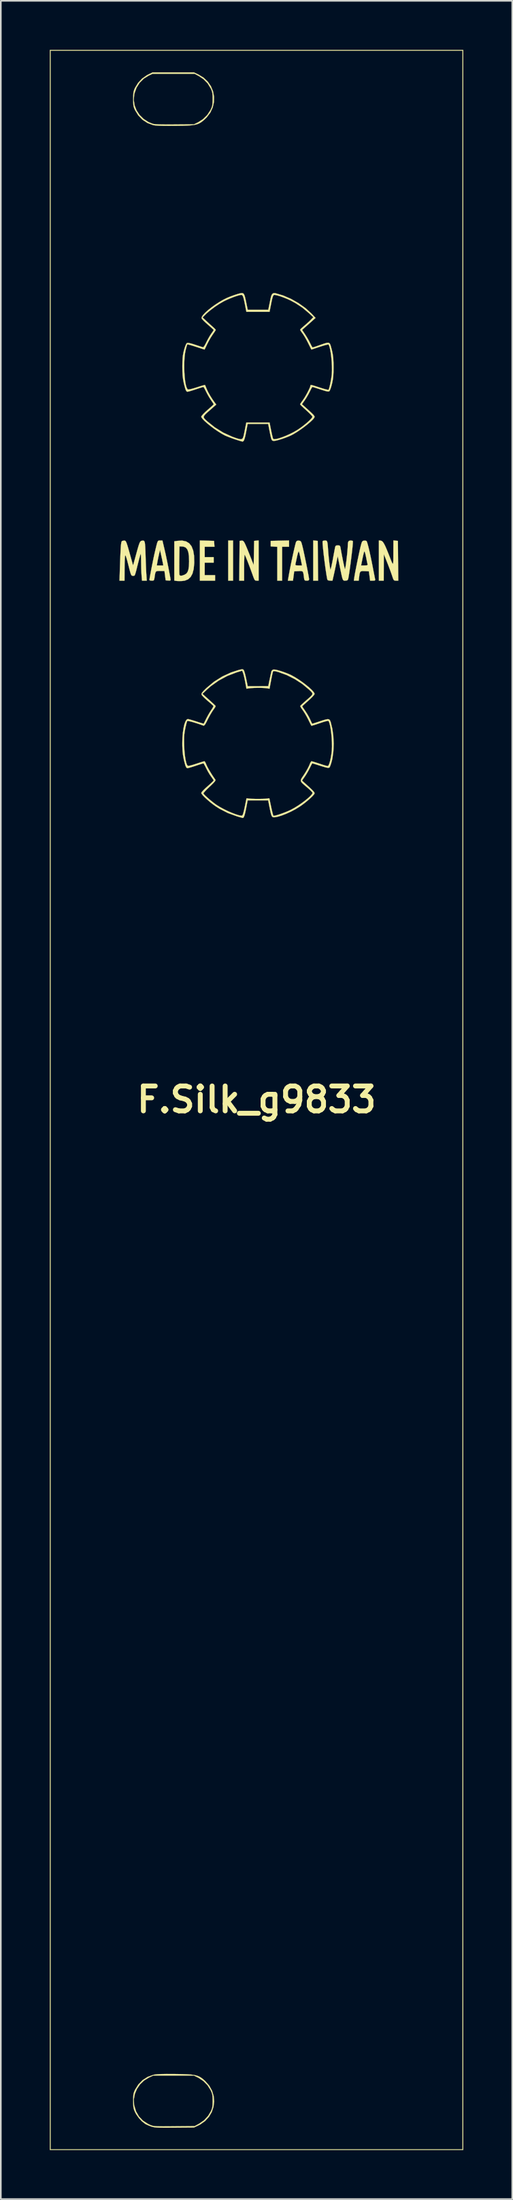
<source format=kicad_pcb>
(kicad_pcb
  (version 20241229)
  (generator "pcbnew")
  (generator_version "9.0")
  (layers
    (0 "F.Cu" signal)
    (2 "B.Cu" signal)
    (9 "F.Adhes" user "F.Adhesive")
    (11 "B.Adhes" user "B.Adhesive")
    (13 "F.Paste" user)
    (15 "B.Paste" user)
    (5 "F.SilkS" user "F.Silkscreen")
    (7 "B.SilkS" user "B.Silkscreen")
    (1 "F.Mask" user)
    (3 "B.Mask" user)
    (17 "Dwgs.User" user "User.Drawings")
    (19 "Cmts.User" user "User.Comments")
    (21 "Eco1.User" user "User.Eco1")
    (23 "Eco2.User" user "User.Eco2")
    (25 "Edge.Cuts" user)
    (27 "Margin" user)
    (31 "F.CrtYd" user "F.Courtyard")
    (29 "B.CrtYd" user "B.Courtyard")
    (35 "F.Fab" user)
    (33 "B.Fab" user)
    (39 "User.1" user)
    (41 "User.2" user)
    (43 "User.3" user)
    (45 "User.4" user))
  (footprint "F.Silk_g9833"
    (layer "F.Cu")
    (at 12.663 64.225)
    (property "Reference" "F.Silk_g9833" (at 0 0 0) (layer "F.SilkS") (effects (font (size 1.524 1.524) (thickness 0.3))))
    (attr through_hole)
    (fp_poly (pts (xy -1.439 -31.75) (xy -1.736 -31.75) (xy -1.736 -34.205) (xy -1.439 -34.205) (xy -1.439 -31.75)) (stroke (width 0.01) (type solid)) (fill yes) (layer "F.SilkS"))
    (fp_poly (pts (xy 3.747 -34.184) (xy 3.758 -32.967) (xy 3.769 -31.75) (xy 3.471 -31.75) (xy 3.471 -34.211) (xy 3.747 -34.184)) (stroke (width 0.01) (type solid)) (fill yes) (layer "F.SilkS"))
    (fp_poly (pts (xy 1.99 -33.824) (xy 1.566 -33.824) (xy 1.566 -31.75) (xy 1.27 -31.75) (xy 1.27 -33.82) (xy 0.868 -33.846) (xy 0.868 -34.184) (xy 1.429 -34.196) (xy 1.99 -34.208) (xy 1.99 -33.824)) (stroke (width 0.01) (type solid)) (fill yes) (layer "F.SilkS"))
    (fp_poly (pts (xy 12.658 64.262) (xy -12.658 64.262) (xy -12.658 -64.177) (xy -12.615 -64.177) (xy -12.615 64.22) (xy 12.615 64.22) (xy 12.615 -64.177) (xy -12.615 -64.177) (xy -12.658 -64.177) (xy -12.658 -64.22) (xy 12.658 -64.22) (xy 12.658 64.262)) (stroke (width 0.01) (type solid)) (fill yes) (layer "F.SilkS"))
    (fp_poly (pts (xy -3.037 -34.196) (xy -2.603 -34.184) (xy -2.59 -34.004) (xy -2.577 -33.824) (xy -3.175 -33.824) (xy -3.175 -33.189) (xy -2.625 -33.189) (xy -2.625 -32.851) (xy -3.175 -32.851) (xy -3.175 -32.089) (xy -2.54 -32.089) (xy -2.54 -31.75) (xy -3.471 -31.75) (xy -3.471 -34.208) (xy -3.037 -34.196)) (stroke (width 0.01) (type solid)) (fill yes) (layer "F.SilkS"))
    (fp_poly (pts (xy 0.127 -31.75) (xy 0.005 -31.75) (xy -0.057 -31.756) (xy -0.103 -31.784) (xy -0.144 -31.851) (xy -0.193 -31.972) (xy -0.231 -32.078) (xy -0.319 -32.322) (xy -0.41 -32.568) (xy -0.499 -32.802) (xy -0.581 -33.009) (xy -0.65 -33.177) (xy -0.7 -33.291) (xy -0.725 -33.335) (xy -0.737 -33.309) (xy -0.747 -33.208) (xy -0.755 -33.043) (xy -0.76 -32.825) (xy -0.762 -32.565) (xy -0.762 -31.75) (xy -1.06 -31.75) (xy -1.037 -34.184) (xy -0.923 -34.197) (xy -0.875 -34.199) (xy -0.832 -34.186) (xy -0.79 -34.149) (xy -0.743 -34.078) (xy -0.686 -33.964) (xy -0.614 -33.798) (xy -0.52 -33.57) (xy -0.418 -33.316) (xy -0.173 -32.703) (xy -0.148 -34.184) (xy 0.127 -34.211) (xy 0.127 -31.75)) (stroke (width 0.01) (type solid)) (fill yes) (layer "F.SilkS"))
    (fp_poly (pts (xy 7.609 -34.198) (xy 7.671 -34.177) (xy 7.733 -34.123) (xy 7.799 -34.027) (xy 7.876 -33.88) (xy 7.967 -33.673) (xy 8.079 -33.397) (xy 8.111 -33.316) (xy 8.206 -33.072) (xy 8.275 -32.9) (xy 8.323 -32.801) (xy 8.352 -32.778) (xy 8.369 -32.833) (xy 8.376 -32.967) (xy 8.378 -33.182) (xy 8.379 -33.435) (xy 8.382 -34.211) (xy 8.52 -34.197) (xy 8.657 -34.184) (xy 8.668 -32.967) (xy 8.68 -31.75) (xy 8.539 -31.75) (xy 8.465 -31.754) (xy 8.415 -31.778) (xy 8.376 -31.84) (xy 8.333 -31.956) (xy 8.305 -32.041) (xy 8.252 -32.196) (xy 8.177 -32.403) (xy 8.09 -32.633) (xy 8.003 -32.856) (xy 7.794 -33.38) (xy 7.792 -32.565) (xy 7.789 -31.75) (xy 7.493 -31.75) (xy 7.493 -34.211) (xy 7.609 -34.198)) (stroke (width 0.01) (type solid)) (fill yes) (layer "F.SilkS"))
    (fp_poly (pts (xy -4.317 -34.151) (xy -4.125 -34.035) (xy -3.98 -33.851) (xy -3.881 -33.597) (xy -3.826 -33.274) (xy -3.816 -32.879) (xy -3.818 -32.807) (xy -3.852 -32.458) (xy -3.924 -32.181) (xy -4.037 -31.974) (xy -4.193 -31.832) (xy -4.395 -31.751) (xy -4.56 -31.729) (xy -4.718 -31.725) (xy -4.858 -31.729) (xy -4.921 -31.736) (xy -5.038 -31.756) (xy -5.038 -32.504) (xy -4.734 -32.504) (xy -4.733 -32.311) (xy -4.729 -32.173) (xy -4.723 -32.104) (xy -4.722 -32.1) (xy -4.67 -32.053) (xy -4.564 -32.059) (xy -4.421 -32.108) (xy -4.308 -32.176) (xy -4.227 -32.28) (xy -4.173 -32.43) (xy -4.143 -32.639) (xy -4.132 -32.919) (xy -4.132 -32.935) (xy -4.142 -33.25) (xy -4.177 -33.49) (xy -4.24 -33.661) (xy -4.334 -33.772) (xy -4.464 -33.829) (xy -4.56 -33.841) (xy -4.72 -33.846) (xy -4.732 -33) (xy -4.734 -32.739) (xy -4.734 -32.504) (xy -5.038 -32.504) (xy -5.038 -34.158) (xy -4.844 -34.187) (xy -4.556 -34.202) (xy -4.317 -34.151)) (stroke (width 0.01) (type solid)) (fill yes) (layer "F.SilkS"))
    (fp_poly (pts (xy -5.907 -34.205) (xy -5.764 -34.205) (xy -5.637 -33.666) (xy -5.562 -33.337) (xy -5.481 -32.951) (xy -5.397 -32.533) (xy -5.316 -32.109) (xy -5.272 -31.864) (xy -5.264 -31.787) (xy -5.291 -31.756) (xy -5.377 -31.756) (xy -5.409 -31.758) (xy -5.567 -31.771) (xy -5.604 -32.057) (xy -5.64 -32.343) (xy -5.906 -32.343) (xy -6.038 -32.342) (xy -6.123 -32.329) (xy -6.174 -32.287) (xy -6.206 -32.202) (xy -6.231 -32.058) (xy -6.246 -31.951) (xy -6.267 -31.83) (xy -6.297 -31.771) (xy -6.355 -31.752) (xy -6.418 -31.75) (xy -6.514 -31.76) (xy -6.561 -31.785) (xy -6.562 -31.79) (xy -6.553 -31.859) (xy -6.531 -31.995) (xy -6.497 -32.182) (xy -6.455 -32.404) (xy -6.408 -32.645) (xy -6.401 -32.681) (xy -6.107 -32.681) (xy -5.711 -32.681) (xy -5.737 -32.82) (xy -5.759 -32.928) (xy -5.792 -33.087) (xy -5.831 -33.266) (xy -5.838 -33.296) (xy -5.913 -33.634) (xy -5.981 -33.337) (xy -6.021 -33.157) (xy -6.056 -32.982) (xy -6.078 -32.861) (xy -6.107 -32.681) (xy -6.401 -32.681) (xy -6.359 -32.888) (xy -6.312 -33.119) (xy -6.269 -33.319) (xy -6.241 -33.439) (xy -6.178 -33.708) (xy -6.13 -33.905) (xy -6.093 -34.042) (xy -6.062 -34.13) (xy -6.032 -34.179) (xy -5.998 -34.2) (xy -5.956 -34.206) (xy -5.907 -34.205)) (stroke (width 0.01) (type solid)) (fill yes) (layer "F.SilkS"))
    (fp_poly (pts (xy 6.68 -34.196) (xy 6.737 -34.174) (xy 6.767 -34.111) (xy 6.809 -33.974) (xy 6.862 -33.772) (xy 6.922 -33.514) (xy 6.989 -33.21) (xy 7.06 -32.868) (xy 7.109 -32.618) (xy 7.154 -32.382) (xy 7.196 -32.17) (xy 7.23 -31.997) (xy 7.253 -31.881) (xy 7.261 -31.845) (xy 7.266 -31.783) (xy 7.23 -31.756) (xy 7.132 -31.75) (xy 7.119 -31.75) (xy 6.956 -31.75) (xy 6.918 -32.036) (xy 6.879 -32.322) (xy 6.629 -32.334) (xy 6.481 -32.338) (xy 6.389 -32.318) (xy 6.336 -32.26) (xy 6.305 -32.146) (xy 6.286 -31.996) (xy 6.257 -31.75) (xy 5.959 -31.75) (xy 5.988 -31.951) (xy 6.01 -32.089) (xy 6.047 -32.29) (xy 6.095 -32.537) (xy 6.124 -32.681) (xy 6.404 -32.681) (xy 6.613 -32.681) (xy 6.737 -32.685) (xy 6.794 -32.703) (xy 6.804 -32.74) (xy 6.8 -32.755) (xy 6.782 -32.829) (xy 6.754 -32.962) (xy 6.72 -33.13) (xy 6.706 -33.202) (xy 6.671 -33.362) (xy 6.638 -33.48) (xy 6.611 -33.539) (xy 6.602 -33.541) (xy 6.58 -33.487) (xy 6.548 -33.37) (xy 6.511 -33.208) (xy 6.487 -33.094) (xy 6.404 -32.681) (xy 6.124 -32.681) (xy 6.15 -32.811) (xy 6.208 -33.093) (xy 6.266 -33.365) (xy 6.319 -33.608) (xy 6.364 -33.803) (xy 6.385 -33.888) (xy 6.427 -34.043) (xy 6.463 -34.133) (xy 6.505 -34.178) (xy 6.563 -34.196) (xy 6.58 -34.198) (xy 6.68 -34.196)) (stroke (width 0.01) (type solid)) (fill yes) (layer "F.SilkS"))
    (fp_poly (pts (xy 2.59 -34.197) (xy 2.662 -34.186) (xy 2.709 -34.155) (xy 2.745 -34.087) (xy 2.782 -33.964) (xy 2.802 -33.888) (xy 2.838 -33.74) (xy 2.883 -33.541) (xy 2.934 -33.305) (xy 2.988 -33.047) (xy 3.043 -32.781) (xy 3.095 -32.521) (xy 3.141 -32.284) (xy 3.179 -32.082) (xy 3.205 -31.931) (xy 3.217 -31.845) (xy 3.217 -31.837) (xy 3.201 -31.777) (xy 3.137 -31.753) (xy 3.073 -31.75) (xy 2.989 -31.754) (xy 2.943 -31.781) (xy 2.918 -31.851) (xy 2.901 -31.972) (xy 2.877 -32.15) (xy 2.852 -32.26) (xy 2.81 -32.318) (xy 2.738 -32.338) (xy 2.621 -32.337) (xy 2.568 -32.334) (xy 2.307 -32.322) (xy 2.269 -32.036) (xy 2.23 -31.75) (xy 1.917 -31.75) (xy 1.998 -32.205) (xy 2.038 -32.42) (xy 2.088 -32.67) (xy 2.098 -32.72) (xy 2.377 -32.72) (xy 2.405 -32.692) (xy 2.487 -32.682) (xy 2.572 -32.681) (xy 2.783 -32.681) (xy 2.7 -33.094) (xy 2.661 -33.273) (xy 2.626 -33.419) (xy 2.597 -33.515) (xy 2.586 -33.54) (xy 2.564 -33.517) (xy 2.532 -33.427) (xy 2.496 -33.289) (xy 2.481 -33.222) (xy 2.444 -33.048) (xy 2.411 -32.896) (xy 2.388 -32.793) (xy 2.384 -32.777) (xy 2.377 -32.72) (xy 2.098 -32.72) (xy 2.143 -32.939) (xy 2.202 -33.213) (xy 2.26 -33.477) (xy 2.314 -33.714) (xy 2.361 -33.909) (xy 2.397 -34.049) (xy 2.415 -34.105) (xy 2.46 -34.179) (xy 2.537 -34.2) (xy 2.59 -34.197)) (stroke (width 0.01) (type solid)) (fill yes) (layer "F.SilkS"))
    (fp_poly (pts (xy -8.057 -34.196) (xy -8.023 -34.172) (xy -7.99 -34.122) (xy -7.953 -34.035) (xy -7.909 -33.902) (xy -7.853 -33.714) (xy -7.782 -33.462) (xy -7.702 -33.178) (xy -7.562 -32.679) (xy -7.402 -33.262) (xy -7.321 -33.559) (xy -7.257 -33.784) (xy -7.206 -33.948) (xy -7.164 -34.06) (xy -7.127 -34.131) (xy -7.089 -34.17) (xy -7.048 -34.189) (xy -6.998 -34.197) (xy -6.995 -34.197) (xy -6.942 -34.2) (xy -6.901 -34.19) (xy -6.87 -34.157) (xy -6.847 -34.092) (xy -6.831 -33.985) (xy -6.818 -33.825) (xy -6.808 -33.603) (xy -6.798 -33.309) (xy -6.795 -33.211) (xy -6.786 -32.934) (xy -6.775 -32.658) (xy -6.764 -32.406) (xy -6.754 -32.2) (xy -6.747 -32.099) (xy -6.723 -31.75) (xy -7.015 -31.75) (xy -7.042 -32.074) (xy -7.054 -32.254) (xy -7.063 -32.485) (xy -7.068 -32.733) (xy -7.07 -32.906) (xy -7.072 -33.1) (xy -7.077 -33.255) (xy -7.085 -33.357) (xy -7.094 -33.391) (xy -7.095 -33.39) (xy -7.114 -33.342) (xy -7.149 -33.228) (xy -7.193 -33.065) (xy -7.244 -32.871) (xy -7.245 -32.864) (xy -7.315 -32.586) (xy -7.367 -32.378) (xy -7.407 -32.232) (xy -7.437 -32.136) (xy -7.463 -32.08) (xy -7.489 -32.053) (xy -7.518 -32.045) (xy -7.554 -32.046) (xy -7.569 -32.046) (xy -7.613 -32.049) (xy -7.647 -32.065) (xy -7.678 -32.105) (xy -7.71 -32.183) (xy -7.748 -32.309) (xy -7.797 -32.496) (xy -7.851 -32.708) (xy -7.92 -32.975) (xy -7.975 -33.161) (xy -8.015 -33.268) (xy -8.041 -33.299) (xy -8.048 -33.29) (xy -8.059 -33.223) (xy -8.068 -33.087) (xy -8.076 -32.897) (xy -8.081 -32.67) (xy -8.083 -32.48) (xy -8.086 -31.75) (xy -8.394 -31.75) (xy -8.363 -32.713) (xy -8.353 -33.008) (xy -8.341 -33.29) (xy -8.329 -33.542) (xy -8.318 -33.75) (xy -8.308 -33.895) (xy -8.304 -33.93) (xy -8.286 -34.071) (xy -8.264 -34.148) (xy -8.224 -34.183) (xy -8.154 -34.196) (xy -8.141 -34.197) (xy -8.095 -34.201) (xy -8.057 -34.196)) (stroke (width 0.01) (type solid)) (fill yes) (layer "F.SilkS"))
    (fp_poly (pts (xy -3.556 -62.713) (xy -3.24 -62.521) (xy -2.986 -62.279) (xy -2.794 -61.998) (xy -2.666 -61.689) (xy -2.604 -61.363) (xy -2.61 -61.03) (xy -2.685 -60.701) (xy -2.831 -60.386) (xy -3.049 -60.098) (xy -3.14 -60.008) (xy -3.269 -59.892) (xy -3.387 -59.8) (xy -3.507 -59.729) (xy -3.639 -59.675) (xy -3.796 -59.636) (xy -3.988 -59.61) (xy -4.228 -59.593) (xy -4.527 -59.583) (xy -4.896 -59.578) (xy -4.995 -59.577) (xy -5.403 -59.575) (xy -5.732 -59.578) (xy -5.988 -59.585) (xy -6.177 -59.598) (xy -6.305 -59.615) (xy -6.329 -59.62) (xy -6.681 -59.75) (xy -6.988 -59.951) (xy -7.245 -60.217) (xy -7.44 -60.532) (xy -7.494 -60.65) (xy -7.528 -60.756) (xy -7.547 -60.875) (xy -7.555 -61.033) (xy -7.556 -61.159) (xy -7.52 -61.159) (xy -7.471 -60.831) (xy -7.349 -60.522) (xy -7.163 -60.241) (xy -6.918 -60) (xy -6.622 -59.809) (xy -6.371 -59.706) (xy -6.291 -59.688) (xy -6.167 -59.674) (xy -5.992 -59.665) (xy -5.758 -59.66) (xy -5.456 -59.658) (xy -5.079 -59.659) (xy -5.016 -59.66) (xy -3.831 -59.669) (xy -3.578 -59.793) (xy -3.279 -59.984) (xy -3.022 -60.237) (xy -2.826 -60.533) (xy -2.813 -60.559) (xy -2.754 -60.691) (xy -2.717 -60.808) (xy -2.698 -60.938) (xy -2.691 -61.109) (xy -2.69 -61.214) (xy -2.693 -61.419) (xy -2.706 -61.569) (xy -2.734 -61.691) (xy -2.782 -61.815) (xy -2.801 -61.856) (xy -2.993 -62.169) (xy -3.251 -62.433) (xy -3.524 -62.616) (xy -3.789 -62.759) (xy -6.371 -62.759) (xy -6.612 -62.646) (xy -6.911 -62.46) (xy -7.16 -62.212) (xy -7.351 -61.909) (xy -7.476 -61.564) (xy -7.492 -61.495) (xy -7.52 -61.159) (xy -7.556 -61.159) (xy -7.556 -61.214) (xy -7.554 -61.426) (xy -7.544 -61.579) (xy -7.522 -61.698) (xy -7.483 -61.81) (xy -7.443 -61.901) (xy -7.256 -62.205) (xy -7.006 -62.47) (xy -6.711 -62.676) (xy -6.65 -62.707) (xy -6.371 -62.844) (xy -3.831 -62.844) (xy -3.556 -62.713)) (stroke (width 0.01) (type solid)) (fill yes) (layer "F.SilkS"))
    (fp_poly (pts (xy 5.853 -34.195) (xy 5.898 -34.174) (xy 5.901 -34.119) (xy 5.893 -33.994) (xy 5.877 -33.812) (xy 5.853 -33.587) (xy 5.823 -33.331) (xy 5.79 -33.058) (xy 5.755 -32.782) (xy 5.718 -32.516) (xy 5.683 -32.273) (xy 5.651 -32.067) (xy 5.623 -31.91) (xy 5.604 -31.824) (xy 5.552 -31.767) (xy 5.44 -31.75) (xy 5.385 -31.75) (xy 5.342 -31.758) (xy 5.308 -31.783) (xy 5.277 -31.837) (xy 5.247 -31.929) (xy 5.212 -32.072) (xy 5.169 -32.274) (xy 5.113 -32.547) (xy 5.103 -32.595) (xy 4.969 -33.252) (xy 4.895 -32.871) (xy 4.847 -32.638) (xy 4.792 -32.378) (xy 4.74 -32.142) (xy 4.735 -32.12) (xy 4.65 -31.75) (xy 4.504 -31.75) (xy 4.401 -31.764) (xy 4.343 -31.798) (xy 4.341 -31.803) (xy 4.318 -31.9) (xy 4.289 -32.06) (xy 4.256 -32.269) (xy 4.22 -32.514) (xy 4.184 -32.782) (xy 4.148 -33.06) (xy 4.115 -33.333) (xy 4.087 -33.589) (xy 4.064 -33.813) (xy 4.048 -33.994) (xy 4.042 -34.117) (xy 4.046 -34.168) (xy 4.101 -34.195) (xy 4.193 -34.205) (xy 4.254 -34.202) (xy 4.297 -34.181) (xy 4.326 -34.131) (xy 4.347 -34.036) (xy 4.363 -33.885) (xy 4.379 -33.663) (xy 4.38 -33.655) (xy 4.398 -33.41) (xy 4.421 -33.164) (xy 4.446 -32.932) (xy 4.471 -32.728) (xy 4.495 -32.566) (xy 4.515 -32.461) (xy 4.529 -32.427) (xy 4.546 -32.467) (xy 4.574 -32.575) (xy 4.61 -32.738) (xy 4.651 -32.941) (xy 4.672 -33.052) (xy 4.714 -33.281) (xy 4.753 -33.489) (xy 4.785 -33.657) (xy 4.805 -33.768) (xy 4.81 -33.793) (xy 4.839 -33.873) (xy 4.902 -33.905) (xy 4.976 -33.909) (xy 5.071 -33.901) (xy 5.118 -33.861) (xy 5.144 -33.763) (xy 5.146 -33.75) (xy 5.195 -33.474) (xy 5.246 -33.207) (xy 5.294 -32.961) (xy 5.339 -32.75) (xy 5.376 -32.587) (xy 5.403 -32.485) (xy 5.415 -32.457) (xy 5.429 -32.486) (xy 5.448 -32.584) (xy 5.472 -32.735) (xy 5.497 -32.923) (xy 5.522 -33.133) (xy 5.546 -33.35) (xy 5.566 -33.557) (xy 5.58 -33.739) (xy 5.588 -33.881) (xy 5.588 -33.916) (xy 5.598 -34.074) (xy 5.635 -34.164) (xy 5.708 -34.201) (xy 5.759 -34.205) (xy 5.853 -34.195)) (stroke (width 0.01) (type solid)) (fill yes) (layer "F.SilkS"))
    (fp_poly (pts (xy -5.144 59.612) (xy -4.932 59.614) (xy -4.552 59.621) (xy -4.245 59.632) (xy -3.999 59.65) (xy -3.801 59.678) (xy -3.641 59.718) (xy -3.505 59.773) (xy -3.381 59.848) (xy -3.259 59.943) (xy -3.14 60.05) (xy -2.896 60.328) (xy -2.726 60.635) (xy -2.627 60.96) (xy -2.598 61.293) (xy -2.637 61.622) (xy -2.743 61.938) (xy -2.914 62.23) (xy -3.147 62.486) (xy -3.443 62.697) (xy -3.556 62.756) (xy -3.831 62.886) (xy -5.016 62.896) (xy -5.373 62.898) (xy -5.656 62.899) (xy -5.876 62.896) (xy -6.046 62.891) (xy -6.177 62.882) (xy -6.279 62.869) (xy -6.364 62.85) (xy -6.442 62.828) (xy -6.603 62.767) (xy -6.757 62.698) (xy -6.828 62.659) (xy -7.021 62.507) (xy -7.211 62.303) (xy -7.373 62.073) (xy -7.444 61.941) (xy -7.496 61.82) (xy -7.529 61.708) (xy -7.548 61.582) (xy -7.555 61.415) (xy -7.556 61.256) (xy -7.555 61.161) (xy -7.516 61.161) (xy -7.501 61.49) (xy -7.492 61.537) (xy -7.38 61.901) (xy -7.203 62.21) (xy -6.963 62.463) (xy -6.658 62.662) (xy -6.523 62.725) (xy -6.453 62.753) (xy -6.386 62.775) (xy -6.312 62.792) (xy -6.22 62.804) (xy -6.099 62.811) (xy -5.939 62.815) (xy -5.728 62.817) (xy -5.457 62.816) (xy -5.113 62.813) (xy -5.038 62.812) (xy -3.789 62.801) (xy -3.524 62.658) (xy -3.215 62.445) (xy -2.965 62.174) (xy -2.801 61.899) (xy -2.746 61.769) (xy -2.712 61.649) (xy -2.695 61.51) (xy -2.69 61.324) (xy -2.69 61.256) (xy -2.693 61.055) (xy -2.706 60.909) (xy -2.734 60.79) (xy -2.782 60.668) (xy -2.813 60.601) (xy -3.003 60.302) (xy -3.256 60.045) (xy -3.552 59.848) (xy -3.578 59.835) (xy -3.831 59.711) (xy -6.329 59.711) (xy -6.595 59.834) (xy -6.888 60.012) (xy -7.134 60.247) (xy -7.325 60.526) (xy -7.455 60.835) (xy -7.516 61.161) (xy -7.555 61.161) (xy -7.554 61.047) (xy -7.545 60.897) (xy -7.524 60.781) (xy -7.486 60.675) (xy -7.44 60.574) (xy -7.236 60.249) (xy -6.977 59.986) (xy -6.669 59.789) (xy -6.317 59.664) (xy -6.244 59.648) (xy -6.09 59.629) (xy -5.854 59.617) (xy -5.538 59.611) (xy -5.144 59.612)) (stroke (width 0.01) (type solid)) (fill yes) (layer "F.SilkS"))
    (fp_poly (pts (xy -0.823 -49.33) (xy -0.766 -49.27) (xy -0.721 -49.155) (xy -0.677 -48.975) (xy -0.634 -48.775) (xy -0.54 -48.319) (xy 0.716 -48.319) (xy 0.757 -48.512) (xy 0.788 -48.663) (xy 0.825 -48.848) (xy 0.849 -48.972) (xy 0.896 -49.165) (xy 0.953 -49.283) (xy 1.029 -49.338) (xy 1.133 -49.341) (xy 1.158 -49.336) (xy 1.629 -49.197) (xy 2.106 -48.992) (xy 2.568 -48.731) (xy 2.993 -48.429) (xy 3.359 -48.096) (xy 3.384 -48.07) (xy 3.614 -47.825) (xy 3.468 -47.693) (xy 3.365 -47.6) (xy 3.225 -47.476) (xy 3.078 -47.345) (xy 3.056 -47.326) (xy 2.79 -47.091) (xy 2.981 -46.807) (xy 3.093 -46.628) (xy 3.204 -46.435) (xy 3.288 -46.269) (xy 3.352 -46.14) (xy 3.405 -46.049) (xy 3.436 -46.016) (xy 3.487 -46.03) (xy 3.599 -46.066) (xy 3.754 -46.119) (xy 3.882 -46.164) (xy 4.109 -46.244) (xy 4.271 -46.292) (xy 4.38 -46.307) (xy 4.452 -46.289) (xy 4.498 -46.236) (xy 4.533 -46.147) (xy 4.545 -46.109) (xy 4.617 -45.843) (xy 4.667 -45.6) (xy 4.698 -45.354) (xy 4.712 -45.075) (xy 4.715 -44.789) (xy 4.711 -44.499) (xy 4.699 -44.268) (xy 4.676 -44.071) (xy 4.64 -43.88) (xy 4.619 -43.786) (xy 4.571 -43.61) (xy 4.521 -43.463) (xy 4.477 -43.367) (xy 4.46 -43.344) (xy 4.418 -43.325) (xy 4.35 -43.326) (xy 4.24 -43.349) (xy 4.076 -43.397) (xy 3.921 -43.447) (xy 3.733 -43.508) (xy 3.576 -43.558) (xy 3.466 -43.592) (xy 3.42 -43.603) (xy 3.391 -43.568) (xy 3.338 -43.475) (xy 3.273 -43.342) (xy 3.265 -43.326) (xy 3.167 -43.137) (xy 3.047 -42.932) (xy 2.958 -42.796) (xy 2.781 -42.544) (xy 3.052 -42.301) (xy 3.247 -42.126) (xy 3.385 -41.996) (xy 3.477 -41.903) (xy 3.53 -41.838) (xy 3.553 -41.792) (xy 3.556 -41.77) (xy 3.522 -41.696) (xy 3.428 -41.588) (xy 3.285 -41.453) (xy 3.105 -41.301) (xy 2.901 -41.142) (xy 2.683 -40.985) (xy 2.464 -40.838) (xy 2.255 -40.713) (xy 2.138 -40.65) (xy 1.972 -40.575) (xy 1.773 -40.497) (xy 1.562 -40.423) (xy 1.361 -40.361) (xy 1.194 -40.318) (xy 1.081 -40.301) (xy 1.078 -40.301) (xy 1.017 -40.304) (xy 0.97 -40.319) (xy 0.933 -40.359) (xy 0.901 -40.435) (xy 0.868 -40.56) (xy 0.828 -40.745) (xy 0.782 -40.979) (xy 0.712 -41.339) (xy -0.545 -41.339) (xy -0.632 -40.881) (xy -0.683 -40.629) (xy -0.728 -40.451) (xy -0.77 -40.336) (xy -0.814 -40.276) (xy -0.859 -40.26) (xy -0.918 -40.273) (xy -1.038 -40.308) (xy -1.201 -40.359) (xy -1.343 -40.406) (xy -1.544 -40.477) (xy -1.736 -40.55) (xy -1.891 -40.613) (xy -1.957 -40.644) (xy -2.165 -40.759) (xy -2.387 -40.899) (xy -2.612 -41.054) (xy -2.828 -41.217) (xy -3.025 -41.377) (xy -3.19 -41.525) (xy -3.311 -41.652) (xy -3.378 -41.748) (xy -3.387 -41.783) (xy -3.355 -41.843) (xy -3.268 -41.943) (xy -3.137 -42.073) (xy -3.006 -42.19) (xy -2.858 -42.32) (xy -2.736 -42.429) (xy -2.655 -42.507) (xy -2.625 -42.541) (xy -2.647 -42.584) (xy -2.707 -42.676) (xy -2.79 -42.798) (xy -2.795 -42.806) (xy -2.908 -42.981) (xy -3.023 -43.183) (xy -3.096 -43.326) (xy -3.163 -43.461) (xy -3.219 -43.56) (xy -3.253 -43.603) (xy -3.255 -43.603) (xy -3.305 -43.591) (xy -3.418 -43.556) (xy -3.575 -43.505) (xy -3.725 -43.455) (xy -3.912 -43.395) (xy -4.073 -43.346) (xy -4.191 -43.315) (xy -4.239 -43.307) (xy -4.294 -43.337) (xy -4.345 -43.435) (xy -4.375 -43.529) (xy -4.448 -43.805) (xy -4.497 -44.049) (xy -4.527 -44.29) (xy -4.541 -44.557) (xy -4.543 -44.792) (xy -4.43 -44.792) (xy -4.421 -44.494) (xy -4.401 -44.21) (xy -4.372 -43.952) (xy -4.333 -43.734) (xy -4.285 -43.568) (xy -4.23 -43.467) (xy -4.2 -43.445) (xy -4.137 -43.448) (xy -4.011 -43.474) (xy -3.842 -43.52) (xy -3.652 -43.579) (xy -3.465 -43.639) (xy -3.309 -43.687) (xy -3.202 -43.716) (xy -3.158 -43.724) (xy -3.158 -43.724) (xy -3.138 -43.68) (xy -3.096 -43.58) (xy -3.054 -43.476) (xy -2.964 -43.284) (xy -2.836 -43.057) (xy -2.687 -42.824) (xy -2.548 -42.63) (xy -2.466 -42.524) (xy -2.827 -42.206) (xy -3.014 -42.042) (xy -3.141 -41.922) (xy -3.214 -41.832) (xy -3.236 -41.759) (xy -3.211 -41.69) (xy -3.142 -41.612) (xy -3.033 -41.512) (xy -3.027 -41.506) (xy -2.556 -41.128) (xy -2.038 -40.807) (xy -1.492 -40.557) (xy -1.291 -40.485) (xy -1.113 -40.428) (xy -0.986 -40.4) (xy -0.9 -40.411) (xy -0.842 -40.469) (xy -0.798 -40.586) (xy -0.757 -40.77) (xy -0.728 -40.915) (xy -0.628 -41.423) (xy 0.797 -41.423) (xy 0.89 -40.953) (xy 0.93 -40.759) (xy 0.968 -40.594) (xy 0.999 -40.476) (xy 1.017 -40.427) (xy 1.079 -40.403) (xy 1.202 -40.415) (xy 1.372 -40.458) (xy 1.578 -40.527) (xy 1.806 -40.617) (xy 2.042 -40.723) (xy 2.274 -40.84) (xy 2.488 -40.964) (xy 2.531 -40.991) (xy 2.722 -41.123) (xy 2.911 -41.266) (xy 3.087 -41.411) (xy 3.237 -41.547) (xy 3.35 -41.663) (xy 3.412 -41.748) (xy 3.421 -41.781) (xy 3.385 -41.835) (xy 3.299 -41.931) (xy 3.174 -42.054) (xy 3.037 -42.18) (xy 2.892 -42.312) (xy 2.774 -42.423) (xy 2.694 -42.503) (xy 2.667 -42.539) (xy 2.691 -42.585) (xy 2.753 -42.678) (xy 2.838 -42.795) (xy 2.925 -42.924) (xy 3.023 -43.086) (xy 3.119 -43.261) (xy 3.204 -43.429) (xy 3.268 -43.57) (xy 3.3 -43.666) (xy 3.302 -43.682) (xy 3.304 -43.708) (xy 3.32 -43.722) (xy 3.361 -43.72) (xy 3.439 -43.701) (xy 3.567 -43.662) (xy 3.758 -43.601) (xy 3.873 -43.563) (xy 4.068 -43.502) (xy 4.232 -43.456) (xy 4.35 -43.429) (xy 4.406 -43.425) (xy 4.408 -43.426) (xy 4.437 -43.491) (xy 4.473 -43.619) (xy 4.513 -43.79) (xy 4.551 -43.983) (xy 4.583 -44.176) (xy 4.606 -44.351) (xy 4.608 -44.375) (xy 4.619 -44.603) (xy 4.617 -44.863) (xy 4.603 -45.138) (xy 4.579 -45.412) (xy 4.547 -45.669) (xy 4.508 -45.893) (xy 4.465 -46.069) (xy 4.419 -46.18) (xy 4.406 -46.196) (xy 4.358 -46.196) (xy 4.245 -46.171) (xy 4.085 -46.126) (xy 3.894 -46.066) (xy 3.873 -46.059) (xy 3.682 -45.995) (xy 3.523 -45.942) (xy 3.411 -45.905) (xy 3.362 -45.889) (xy 3.361 -45.889) (xy 3.34 -45.925) (xy 3.291 -46.021) (xy 3.221 -46.161) (xy 3.162 -46.281) (xy 3.062 -46.474) (xy 2.955 -46.662) (xy 2.858 -46.817) (xy 2.819 -46.871) (xy 2.738 -46.983) (xy 2.683 -47.069) (xy 2.669 -47.104) (xy 2.701 -47.146) (xy 2.782 -47.224) (xy 2.895 -47.321) (xy 2.9 -47.326) (xy 3.051 -47.455) (xy 3.206 -47.595) (xy 3.303 -47.689) (xy 3.476 -47.865) (xy 3.199 -48.124) (xy 2.802 -48.457) (xy 2.372 -48.738) (xy 2.086 -48.891) (xy 1.885 -48.984) (xy 1.668 -49.071) (xy 1.457 -49.147) (xy 1.271 -49.202) (xy 1.133 -49.231) (xy 1.098 -49.234) (xy 1.059 -49.225) (xy 1.026 -49.191) (xy 0.994 -49.121) (xy 0.96 -49.003) (xy 0.92 -48.824) (xy 0.871 -48.575) (xy 0.867 -48.556) (xy 0.797 -48.197) (xy -0.623 -48.197) (xy -0.692 -48.556) (xy -0.743 -48.812) (xy -0.785 -48.995) (xy -0.822 -49.118) (xy -0.857 -49.191) (xy -0.896 -49.226) (xy -0.936 -49.234) (xy -1.047 -49.216) (xy -1.214 -49.168) (xy -1.418 -49.098) (xy -1.638 -49.011) (xy -1.854 -48.916) (xy -2.01 -48.84) (xy -2.274 -48.688) (xy -2.553 -48.503) (xy -2.82 -48.303) (xy -3.05 -48.109) (xy -3.145 -48.017) (xy -3.305 -47.852) (xy -3.081 -47.643) (xy -2.935 -47.509) (xy -2.783 -47.37) (xy -2.677 -47.276) (xy -2.579 -47.186) (xy -2.514 -47.118) (xy -2.498 -47.093) (xy -2.521 -47.049) (xy -2.581 -46.956) (xy -2.668 -46.83) (xy -2.689 -46.8) (xy -2.806 -46.621) (xy -2.928 -46.409) (xy -3.029 -46.211) (xy -3.029 -46.211) (xy -3.098 -46.064) (xy -3.152 -45.953) (xy -3.183 -45.894) (xy -3.187 -45.89) (xy -3.228 -45.902) (xy -3.334 -45.936) (xy -3.49 -45.987) (xy -3.679 -46.048) (xy -3.703 -46.056) (xy -3.897 -46.118) (xy -4.061 -46.166) (xy -4.179 -46.197) (xy -4.234 -46.206) (xy -4.236 -46.205) (xy -4.258 -46.159) (xy -4.292 -46.052) (xy -4.332 -45.903) (xy -4.343 -45.859) (xy -4.385 -45.637) (xy -4.413 -45.376) (xy -4.427 -45.09) (xy -4.43 -44.792) (xy -4.543 -44.792) (xy -4.544 -44.873) (xy -4.539 -45.151) (xy -4.527 -45.369) (xy -4.507 -45.552) (xy -4.474 -45.725) (xy -4.439 -45.864) (xy -4.385 -46.044) (xy -4.331 -46.186) (xy -4.284 -46.271) (xy -4.27 -46.284) (xy -4.211 -46.297) (xy -4.105 -46.283) (xy -3.941 -46.24) (xy -3.762 -46.183) (xy -3.579 -46.123) (xy -3.424 -46.073) (xy -3.316 -46.038) (xy -3.276 -46.026) (xy -3.238 -46.055) (xy -3.176 -46.145) (xy -3.103 -46.279) (xy -3.074 -46.338) (xy -2.98 -46.521) (xy -2.876 -46.704) (xy -2.782 -46.85) (xy -2.772 -46.864) (xy -2.693 -46.975) (xy -2.64 -47.056) (xy -2.625 -47.086) (xy -2.655 -47.12) (xy -2.737 -47.197) (xy -2.857 -47.305) (xy -2.984 -47.415) (xy -3.132 -47.547) (xy -3.255 -47.667) (xy -3.339 -47.76) (xy -3.369 -47.806) (xy -3.354 -47.889) (xy -3.275 -48.005) (xy -3.143 -48.146) (xy -2.968 -48.303) (xy -2.76 -48.469) (xy -2.53 -48.634) (xy -2.287 -48.792) (xy -2.043 -48.934) (xy -1.807 -49.051) (xy -1.799 -49.055) (xy -1.601 -49.135) (xy -1.373 -49.218) (xy -1.171 -49.283) (xy -1.015 -49.327) (xy -0.903 -49.346) (xy -0.823 -49.33)) (stroke (width 0.01) (type solid)) (fill yes) (layer "F.SilkS"))
    (fp_poly (pts (xy -0.832 -26.323) (xy -0.797 -26.294) (xy -0.784 -26.276) (xy -0.753 -26.205) (xy -0.712 -26.071) (xy -0.668 -25.896) (xy -0.635 -25.747) (xy -0.541 -25.294) (xy 0.089 -25.294) (xy 0.309 -25.295) (xy 0.496 -25.296) (xy 0.634 -25.297) (xy 0.71 -25.299) (xy 0.72 -25.3) (xy 0.728 -25.348) (xy 0.75 -25.458) (xy 0.781 -25.608) (xy 0.817 -25.777) (xy 0.852 -25.944) (xy 0.884 -26.087) (xy 0.906 -26.185) (xy 0.914 -26.215) (xy 0.97 -26.283) (xy 1.035 -26.313) (xy 1.122 -26.31) (xy 1.269 -26.28) (xy 1.455 -26.227) (xy 1.661 -26.159) (xy 1.87 -26.081) (xy 2.061 -26) (xy 2.127 -25.968) (xy 2.343 -25.849) (xy 2.572 -25.706) (xy 2.8 -25.547) (xy 3.018 -25.383) (xy 3.213 -25.222) (xy 3.375 -25.073) (xy 3.491 -24.945) (xy 3.55 -24.848) (xy 3.556 -24.821) (xy 3.525 -24.763) (xy 3.44 -24.663) (xy 3.313 -24.536) (xy 3.175 -24.409) (xy 3.027 -24.278) (xy 2.907 -24.169) (xy 2.825 -24.093) (xy 2.794 -24.062) (xy 2.794 -24.061) (xy 2.816 -24.024) (xy 2.876 -23.934) (xy 2.961 -23.81) (xy 2.985 -23.776) (xy 3.098 -23.602) (xy 3.207 -23.413) (xy 3.285 -23.255) (xy 3.343 -23.126) (xy 3.386 -23.033) (xy 3.404 -22.998) (xy 3.446 -23.006) (xy 3.551 -23.037) (xy 3.702 -23.085) (xy 3.853 -23.135) (xy 4.086 -23.212) (xy 4.253 -23.26) (xy 4.367 -23.277) (xy 4.442 -23.263) (xy 4.491 -23.216) (xy 4.527 -23.136) (xy 4.545 -23.082) (xy 4.642 -22.687) (xy 4.702 -22.242) (xy 4.723 -21.776) (xy 4.706 -21.317) (xy 4.648 -20.891) (xy 4.619 -20.757) (xy 4.571 -20.581) (xy 4.522 -20.435) (xy 4.479 -20.339) (xy 4.462 -20.317) (xy 4.419 -20.299) (xy 4.345 -20.302) (xy 4.226 -20.328) (xy 4.048 -20.38) (xy 3.92 -20.42) (xy 3.732 -20.48) (xy 3.574 -20.529) (xy 3.463 -20.562) (xy 3.417 -20.574) (xy 3.39 -20.539) (xy 3.338 -20.445) (xy 3.273 -20.313) (xy 3.265 -20.297) (xy 3.167 -20.107) (xy 3.047 -19.902) (xy 2.96 -19.769) (xy 2.784 -19.519) (xy 3.032 -19.295) (xy 3.235 -19.111) (xy 3.38 -18.974) (xy 3.476 -18.874) (xy 3.532 -18.804) (xy 3.554 -18.755) (xy 3.556 -18.74) (xy 3.524 -18.677) (xy 3.435 -18.575) (xy 3.303 -18.447) (xy 3.139 -18.302) (xy 2.957 -18.154) (xy 2.769 -18.012) (xy 2.645 -17.927) (xy 2.387 -17.768) (xy 2.106 -17.62) (xy 1.82 -17.49) (xy 1.546 -17.384) (xy 1.302 -17.309) (xy 1.106 -17.274) (xy 1.061 -17.272) (xy 1.005 -17.279) (xy 0.96 -17.307) (xy 0.922 -17.368) (xy 0.885 -17.474) (xy 0.846 -17.637) (xy 0.798 -17.868) (xy 0.782 -17.949) (xy 0.712 -18.309) (xy -0.545 -18.309) (xy -0.632 -17.852) (xy -0.687 -17.586) (xy -0.735 -17.399) (xy -0.78 -17.284) (xy -0.823 -17.235) (xy -0.838 -17.232) (xy -0.89 -17.244) (xy -1.002 -17.275) (xy -1.153 -17.319) (xy -1.206 -17.335) (xy -1.758 -17.534) (xy -2.268 -17.796) (xy -2.476 -17.927) (xy -2.661 -18.058) (xy -2.849 -18.205) (xy -3.026 -18.357) (xy -3.181 -18.501) (xy -3.3 -18.626) (xy -3.372 -18.721) (xy -3.387 -18.762) (xy -3.356 -18.817) (xy -3.273 -18.911) (xy -3.151 -19.033) (xy -3.006 -19.164) (xy -2.858 -19.295) (xy -2.737 -19.407) (xy -2.655 -19.488) (xy -2.625 -19.526) (xy -2.649 -19.574) (xy -2.711 -19.666) (xy -2.779 -19.759) (xy -2.877 -19.901) (xy -2.984 -20.083) (xy -3.079 -20.265) (xy -3.08 -20.267) (xy -3.152 -20.41) (xy -3.212 -20.517) (xy -3.251 -20.571) (xy -3.256 -20.574) (xy -3.306 -20.561) (xy -3.418 -20.527) (xy -3.575 -20.476) (xy -3.725 -20.426) (xy -3.912 -20.365) (xy -4.073 -20.317) (xy -4.191 -20.286) (xy -4.239 -20.278) (xy -4.294 -20.308) (xy -4.345 -20.406) (xy -4.375 -20.5) (xy -4.452 -20.797) (xy -4.503 -21.065) (xy -4.533 -21.337) (xy -4.546 -21.645) (xy -4.547 -21.802) (xy -4.545 -21.891) (xy -4.439 -21.891) (xy -4.434 -21.675) (xy -4.418 -21.358) (xy -4.391 -21.069) (xy -4.354 -20.819) (xy -4.31 -20.62) (xy -4.26 -20.483) (xy -4.207 -20.418) (xy -4.205 -20.417) (xy -4.142 -20.421) (xy -4.018 -20.448) (xy -3.852 -20.496) (xy -3.691 -20.548) (xy -3.506 -20.609) (xy -3.349 -20.659) (xy -3.238 -20.692) (xy -3.194 -20.701) (xy -3.155 -20.665) (xy -3.106 -20.572) (xy -3.077 -20.498) (xy -3.021 -20.375) (xy -2.928 -20.204) (xy -2.811 -20.008) (xy -2.684 -19.808) (xy -2.559 -19.625) (xy -2.519 -19.57) (xy -2.516 -19.531) (xy -2.557 -19.464) (xy -2.647 -19.363) (xy -2.793 -19.219) (xy -2.875 -19.143) (xy -3.023 -19.001) (xy -3.143 -18.877) (xy -3.225 -18.783) (xy -3.256 -18.733) (xy -3.256 -18.729) (xy -3.21 -18.669) (xy -3.112 -18.571) (xy -2.978 -18.449) (xy -2.823 -18.317) (xy -2.663 -18.188) (xy -2.514 -18.075) (xy -2.458 -18.036) (xy -2.249 -17.906) (xy -2.011 -17.776) (xy -1.759 -17.653) (xy -1.51 -17.545) (xy -1.278 -17.457) (xy -1.081 -17.396) (xy -0.934 -17.37) (xy -0.891 -17.371) (xy -0.856 -17.406) (xy -0.817 -17.508) (xy -0.771 -17.683) (xy -0.722 -17.907) (xy -0.614 -18.436) (xy -0.445 -18.415) (xy -0.286 -18.403) (xy -0.074 -18.396) (xy 0.159 -18.395) (xy 0.383 -18.399) (xy 0.564 -18.41) (xy 0.614 -18.415) (xy 0.783 -18.436) (xy 0.892 -17.918) (xy 0.936 -17.718) (xy 0.976 -17.549) (xy 1.009 -17.428) (xy 1.03 -17.371) (xy 1.031 -17.37) (xy 1.086 -17.367) (xy 1.202 -17.392) (xy 1.363 -17.439) (xy 1.551 -17.503) (xy 1.751 -17.579) (xy 1.946 -17.659) (xy 2.117 -17.739) (xy 2.329 -17.856) (xy 2.551 -17.994) (xy 2.771 -18.145) (xy 2.978 -18.3) (xy 3.159 -18.449) (xy 3.302 -18.582) (xy 3.396 -18.691) (xy 3.429 -18.765) (xy 3.399 -18.814) (xy 3.317 -18.902) (xy 3.197 -19.015) (xy 3.113 -19.088) (xy 2.93 -19.243) (xy 2.804 -19.355) (xy 2.731 -19.441) (xy 2.706 -19.517) (xy 2.726 -19.6) (xy 2.787 -19.705) (xy 2.884 -19.848) (xy 2.91 -19.886) (xy 3.025 -20.069) (xy 3.131 -20.254) (xy 3.211 -20.412) (xy 3.24 -20.482) (xy 3.291 -20.602) (xy 3.34 -20.682) (xy 3.366 -20.701) (xy 3.423 -20.688) (xy 3.542 -20.653) (xy 3.703 -20.602) (xy 3.852 -20.553) (xy 4.038 -20.492) (xy 4.198 -20.444) (xy 4.314 -20.413) (xy 4.361 -20.405) (xy 4.406 -20.444) (xy 4.455 -20.554) (xy 4.504 -20.719) (xy 4.549 -20.925) (xy 4.587 -21.157) (xy 4.609 -21.351) (xy 4.62 -21.583) (xy 4.617 -21.844) (xy 4.603 -22.12) (xy 4.578 -22.394) (xy 4.545 -22.651) (xy 4.505 -22.874) (xy 4.461 -23.048) (xy 4.413 -23.157) (xy 4.402 -23.171) (xy 4.352 -23.171) (xy 4.239 -23.147) (xy 4.079 -23.101) (xy 3.888 -23.038) (xy 3.872 -23.032) (xy 3.682 -22.967) (xy 3.522 -22.916) (xy 3.41 -22.883) (xy 3.359 -22.874) (xy 3.358 -22.874) (xy 3.334 -22.917) (xy 3.282 -23.019) (xy 3.212 -23.161) (xy 3.171 -23.246) (xy 3.071 -23.438) (xy 2.958 -23.632) (xy 2.854 -23.793) (xy 2.83 -23.825) (xy 2.746 -23.944) (xy 2.69 -24.036) (xy 2.675 -24.082) (xy 2.71 -24.122) (xy 2.796 -24.204) (xy 2.918 -24.315) (xy 3.027 -24.412) (xy 3.208 -24.57) (xy 3.332 -24.684) (xy 3.402 -24.768) (xy 3.422 -24.835) (xy 3.395 -24.9) (xy 3.326 -24.977) (xy 3.218 -25.08) (xy 3.204 -25.093) (xy 2.804 -25.428) (xy 2.345 -25.726) (xy 1.852 -25.974) (xy 1.346 -26.158) (xy 1.315 -26.167) (xy 1.149 -26.209) (xy 1.05 -26.217) (xy 1.012 -26.199) (xy 0.994 -26.141) (xy 0.964 -26.017) (xy 0.928 -25.847) (xy 0.889 -25.647) (xy 0.889 -25.645) (xy 0.795 -25.138) (xy 0.65 -25.165) (xy 0.511 -25.181) (xy 0.315 -25.191) (xy 0.091 -25.193) (xy -0.132 -25.189) (xy -0.326 -25.179) (xy -0.428 -25.168) (xy -0.618 -25.139) (xy -0.695 -25.555) (xy -0.734 -25.75) (xy -0.775 -25.927) (xy -0.812 -26.062) (xy -0.828 -26.107) (xy -0.883 -26.242) (xy -1.235 -26.134) (xy -1.788 -25.923) (xy -2.314 -25.64) (xy -2.798 -25.297) (xy -3.038 -25.086) (xy -3.314 -24.824) (xy -2.917 -24.469) (xy -2.765 -24.331) (xy -2.637 -24.213) (xy -2.547 -24.126) (xy -2.506 -24.082) (xy -2.505 -24.081) (xy -2.522 -24.033) (xy -2.578 -23.94) (xy -2.647 -23.846) (xy -2.734 -23.716) (xy -2.84 -23.539) (xy -2.946 -23.344) (xy -2.994 -23.249) (xy -3.087 -23.065) (xy -3.155 -22.949) (xy -3.206 -22.891) (xy -3.248 -22.879) (xy -3.254 -22.881) (xy -3.458 -22.956) (xy -3.667 -23.025) (xy -3.865 -23.086) (xy -4.037 -23.133) (xy -4.166 -23.162) (xy -4.236 -23.168) (xy -4.242 -23.165) (xy -4.266 -23.109) (xy -4.301 -22.99) (xy -4.34 -22.828) (xy -4.366 -22.708) (xy -4.403 -22.507) (xy -4.427 -22.322) (xy -4.438 -22.126) (xy -4.439 -21.891) (xy -4.545 -21.891) (xy -4.538 -22.144) (xy -4.512 -22.458) (xy -4.471 -22.736) (xy -4.417 -22.967) (xy -4.353 -23.142) (xy -4.28 -23.25) (xy -4.21 -23.283) (xy -4.146 -23.271) (xy -4.02 -23.237) (xy -3.853 -23.187) (xy -3.694 -23.137) (xy -3.514 -23.079) (xy -3.367 -23.034) (xy -3.269 -23.006) (xy -3.237 -22.999) (xy -3.217 -23.038) (xy -3.168 -23.135) (xy -3.1 -23.271) (xy -3.073 -23.326) (xy -2.976 -23.507) (xy -2.87 -23.69) (xy -2.775 -23.836) (xy -2.768 -23.846) (xy -2.693 -23.96) (xy -2.65 -24.049) (xy -2.645 -24.086) (xy -2.685 -24.127) (xy -2.775 -24.209) (xy -2.901 -24.319) (xy -3.005 -24.407) (xy -3.149 -24.535) (xy -3.268 -24.651) (xy -3.347 -24.742) (xy -3.37 -24.78) (xy -3.372 -24.831) (xy -3.34 -24.895) (xy -3.266 -24.984) (xy -3.142 -25.111) (xy -3.056 -25.193) (xy -2.602 -25.569) (xy -2.098 -25.886) (xy -1.562 -26.134) (xy -1.129 -26.274) (xy -0.976 -26.313) (xy -0.885 -26.329) (xy -0.832 -26.323)) (stroke (width 0.01) (type solid)) (fill yes) (layer "F.SilkS")))
  (gr_rect
    (start -3 -3)
    (end 28.325 131.492)
    (stroke (width 0.1) (type default))
    (fill no)
    (layer "Edge.Cuts")))
</source>
